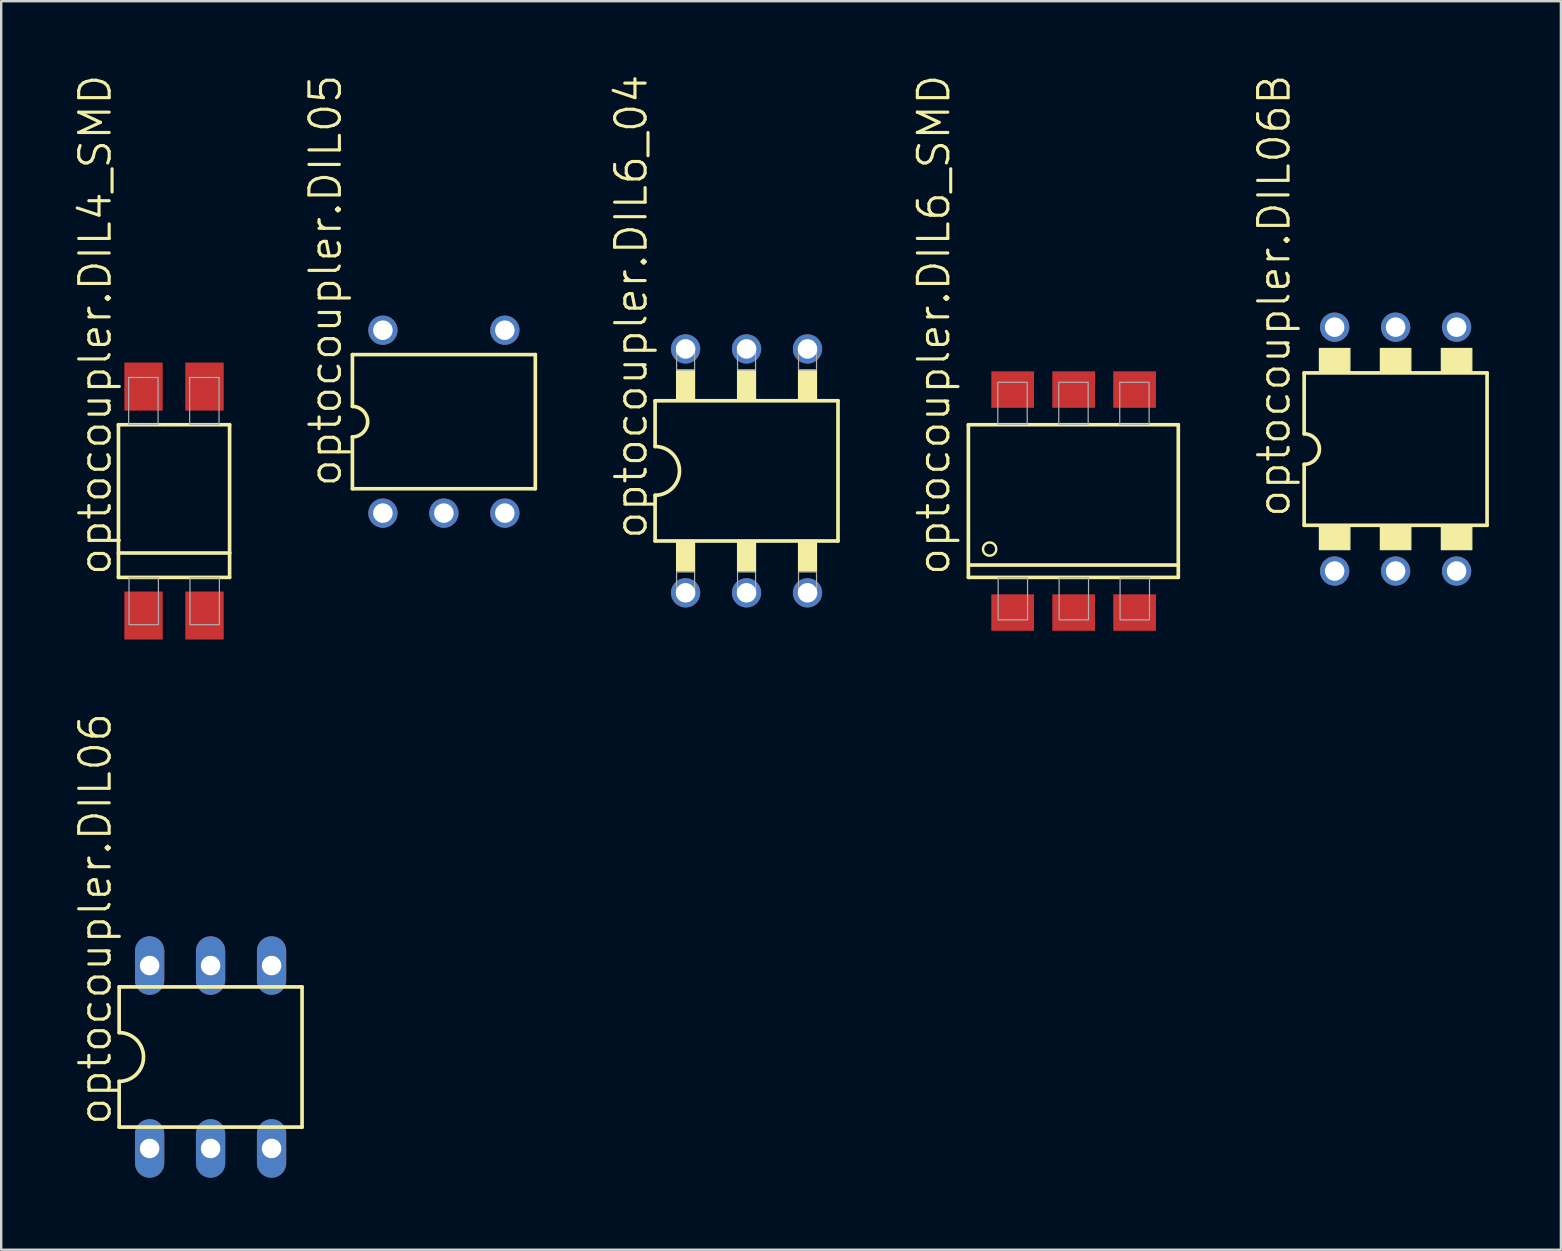
<source format=kicad_pcb>
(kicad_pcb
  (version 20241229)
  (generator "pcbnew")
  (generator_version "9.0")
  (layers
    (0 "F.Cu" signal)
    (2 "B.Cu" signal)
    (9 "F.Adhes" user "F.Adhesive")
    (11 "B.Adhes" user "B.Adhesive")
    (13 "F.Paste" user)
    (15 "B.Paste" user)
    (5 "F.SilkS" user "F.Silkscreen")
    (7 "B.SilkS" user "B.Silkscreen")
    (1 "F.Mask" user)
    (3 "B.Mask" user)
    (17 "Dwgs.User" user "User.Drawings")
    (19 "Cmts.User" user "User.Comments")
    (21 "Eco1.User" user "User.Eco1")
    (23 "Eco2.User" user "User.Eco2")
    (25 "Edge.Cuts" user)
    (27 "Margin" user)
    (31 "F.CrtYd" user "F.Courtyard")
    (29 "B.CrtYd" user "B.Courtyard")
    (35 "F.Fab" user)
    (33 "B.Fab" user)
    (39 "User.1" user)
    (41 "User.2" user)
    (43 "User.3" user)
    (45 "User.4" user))
  (footprint "optocoupler.DIL6_SMD"
    (layer "F.Cu")
    (at 41.679 17.825)
    (property "Reference" "optocoupler.DIL6_SMD" (at -5.08 3.175 90) (layer "F.SilkS") (effects (font (size 1.27 1.27) (thickness 0.13)) (justify left bottom)))
    (attr smd)
    (fp_line (start -4.385 -3.18) (end 4.36 -3.18) (stroke (width 0.152) (type default)) (layer "F.SilkS"))
    (fp_line (start -4.385 3.18) (end -4.385 -3.18) (stroke (width 0.152) (type default)) (layer "F.SilkS"))
    (fp_line (start 4.36 -3.18) (end 4.36 2.664) (stroke (width 0.152) (type default)) (layer "F.SilkS"))
    (fp_line (start 4.36 2.664) (end -4.285 2.664) (stroke (width 0.152) (type default)) (layer "F.SilkS"))
    (fp_line (start 4.36 2.664) (end 4.36 3.18) (stroke (width 0.152) (type default)) (layer "F.SilkS"))
    (fp_line (start 4.36 3.18) (end -4.385 3.18) (stroke (width 0.152) (type default)) (layer "F.SilkS"))
    (fp_circle (center -3.5 2) (end -3.224 2) (stroke (width 0.1) (type default)) (fill no) (layer "F.SilkS"))
    (fp_rect (start -3.16 -3.2) (end -1.935 -4.95) (stroke (width 0.05) (type default)) (fill no) (layer "F.Fab"))
    (fp_rect (start -3.145 4.95) (end -1.92 3.2) (stroke (width 0.05) (type default)) (fill no) (layer "F.Fab"))
    (fp_rect (start -0.62 -3.2) (end 0.605 -4.95) (stroke (width 0.05) (type default)) (fill no) (layer "F.Fab"))
    (fp_rect (start -0.605 4.95) (end 0.62 3.2) (stroke (width 0.05) (type default)) (fill no) (layer "F.Fab"))
    (fp_rect (start 1.92 -3.2) (end 3.145 -4.95) (stroke (width 0.05) (type default)) (fill no) (layer "F.Fab"))
    (fp_rect (start 1.935 4.95) (end 3.16 3.2) (stroke (width 0.05) (type default)) (fill no) (layer "F.Fab"))
    (pad "1" smd roundrect (at -2.54 4.645) (size 1.78 1.52) (layers "F.Cu" "F.Mask" "F.Paste") (roundrect_rratio 0.01))
    (pad "2" smd roundrect (at 0 4.645) (size 1.78 1.52) (layers "F.Cu" "F.Mask" "F.Paste") (roundrect_rratio 0.01))
    (pad "3" smd roundrect (at 2.54 4.645) (size 1.78 1.52) (layers "F.Cu" "F.Mask" "F.Paste") (roundrect_rratio 0.01))
    (pad "4" smd roundrect (at 2.54 -4.645 180) (size 1.78 1.52) (layers "F.Cu" "F.Mask" "F.Paste") (roundrect_rratio 0.01))
    (pad "5" smd roundrect (at 0 -4.645 180) (size 1.78 1.52) (layers "F.Cu" "F.Mask" "F.Paste") (roundrect_rratio 0.01))
    (pad "6" smd roundrect (at -2.54 -4.645 180) (size 1.78 1.52) (layers "F.Cu" "F.Mask" "F.Paste") (roundrect_rratio 0.01)))
  (footprint "optocoupler.DIL4_SMD"
    (layer "F.Cu")
    (at 4.2 17.825)
    (property "Reference" "optocoupler.DIL4_SMD" (at -2.54 3.175 90) (layer "F.SilkS") (effects (font (size 1.27 1.27) (thickness 0.13)) (justify left bottom)))
    (attr smd)
    (fp_line (start -2.315 -3.18) (end 2.315 -3.18) (stroke (width 0.152) (type default)) (layer "F.SilkS"))
    (fp_line (start -2.315 3.18) (end -2.315 -3.18) (stroke (width 0.152) (type default)) (layer "F.SilkS"))
    (fp_line (start 2.315 -3.18) (end 2.315 2.164) (stroke (width 0.152) (type default)) (layer "F.SilkS"))
    (fp_line (start 2.315 2.164) (end -2.315 2.164) (stroke (width 0.152) (type default)) (layer "F.SilkS"))
    (fp_line (start 2.315 2.164) (end 2.315 3.18) (stroke (width 0.152) (type default)) (layer "F.SilkS"))
    (fp_line (start 2.315 3.18) (end -2.315 3.18) (stroke (width 0.152) (type default)) (layer "F.SilkS"))
    (fp_rect (start -1.89 -3.2) (end -0.665 -5.15) (stroke (width 0.05) (type default)) (fill no) (layer "F.Fab"))
    (fp_rect (start -1.875 5.15) (end -0.65 3.2) (stroke (width 0.05) (type default)) (fill no) (layer "F.Fab"))
    (fp_rect (start 0.65 -3.2) (end 1.875 -5.15) (stroke (width 0.05) (type default)) (fill no) (layer "F.Fab"))
    (fp_rect (start 0.665 5.15) (end 1.89 3.2) (stroke (width 0.05) (type default)) (fill no) (layer "F.Fab"))
    (pad "1" smd roundrect (at -1.27 4.77) (size 1.6 2) (layers "F.Cu" "F.Mask" "F.Paste") (roundrect_rratio 0.01))
    (pad "2" smd roundrect (at 1.27 4.77) (size 1.6 2) (layers "F.Cu" "F.Mask" "F.Paste") (roundrect_rratio 0.01))
    (pad "3" smd roundrect (at 1.27 -4.77 180) (size 1.6 2) (layers "F.Cu" "F.Mask" "F.Paste") (roundrect_rratio 0.01))
    (pad "4" smd roundrect (at -1.27 -4.77 180) (size 1.6 2) (layers "F.Cu" "F.Mask" "F.Paste") (roundrect_rratio 0.01)))
  (footprint "optocoupler.DIL6_04"
    (layer "F.Cu")
    (at 28.052 16.567)
    (property "Reference" "optocoupler.DIL6_04" (at -4.064 2.921 90) (layer "F.SilkS") (effects (font (size 1.27 1.27) (thickness 0.13)) (justify left bottom)))
    (attr through_hole)
    (fp_line (start -3.81 -2.921) (end -3.81 -1.016) (stroke (width 0.152) (type default)) (layer "F.SilkS"))
    (fp_line (start -3.81 2.921) (end -3.81 1.016) (stroke (width 0.152) (type default)) (layer "F.SilkS"))
    (fp_line (start -3.81 2.921) (end 3.81 2.921) (stroke (width 0.152) (type default)) (layer "F.SilkS"))
    (fp_line (start 3.81 -2.921) (end -3.81 -2.921) (stroke (width 0.152) (type default)) (layer "F.SilkS"))
    (fp_line (start 3.81 -2.921) (end 3.81 2.921) (stroke (width 0.152) (type default)) (layer "F.SilkS"))
    (fp_rect (start -2.915 -2.975) (end -2.165 -4.2) (stroke (width 0.05) (type default)) (fill yes) (layer "F.SilkS"))
    (fp_rect (start -2.915 4.2) (end -2.165 2.975) (stroke (width 0.05) (type default)) (fill yes) (layer "F.SilkS"))
    (fp_rect (start -0.375 -2.975) (end 0.375 -4.2) (stroke (width 0.05) (type default)) (fill yes) (layer "F.SilkS"))
    (fp_rect (start -0.375 4.2) (end 0.375 2.975) (stroke (width 0.05) (type default)) (fill yes) (layer "F.SilkS"))
    (fp_rect (start 2.165 -2.975) (end 2.915 -4.2) (stroke (width 0.05) (type default)) (fill yes) (layer "F.SilkS"))
    (fp_rect (start 2.165 4.2) (end 2.915 2.975) (stroke (width 0.05) (type default)) (fill yes) (layer "F.SilkS"))
    (fp_arc (start -3.81 -1.016) (mid -2.794 0) (end -3.81 1.016) (stroke (width 0.1524) (type default)) (layer "F.SilkS"))
    (fp_rect (start -2.915 -4.2) (end -2.165 -5.175) (stroke (width 0.05) (type default)) (fill no) (layer "F.Fab"))
    (fp_rect (start -2.915 5.175) (end -2.165 4.2) (stroke (width 0.05) (type default)) (fill no) (layer "F.Fab"))
    (fp_rect (start -0.375 -4.2) (end 0.375 -5.175) (stroke (width 0.05) (type default)) (fill no) (layer "F.Fab"))
    (fp_rect (start -0.375 5.175) (end 0.375 4.2) (stroke (width 0.05) (type default)) (fill no) (layer "F.Fab"))
    (fp_rect (start 2.165 -4.2) (end 2.915 -5.175) (stroke (width 0.05) (type default)) (fill no) (layer "F.Fab"))
    (fp_rect (start 2.165 5.175) (end 2.915 4.2) (stroke (width 0.05) (type default)) (fill no) (layer "F.Fab"))
    (pad "1" thru_hole circle (at -2.54 5.08 270) (size 1.219 1.219) (drill 0.813) (layers "*.Cu" "*.Mask"))
    (pad "2" thru_hole circle (at 0 5.08 270) (size 1.219 1.219) (drill 0.813) (layers "*.Cu" "*.Mask"))
    (pad "3" thru_hole circle (at 2.54 5.08 270) (size 1.219 1.219) (drill 0.813) (layers "*.Cu" "*.Mask"))
    (pad "4" thru_hole circle (at 2.54 -5.08 90) (size 1.219 1.219) (drill 0.813) (layers "*.Cu" "*.Mask"))
    (pad "5" thru_hole circle (at 0 -5.08 90) (size 1.219 1.219) (drill 0.813) (layers "*.Cu" "*.Mask"))
    (pad "6" thru_hole circle (at -2.54 -5.08 90) (size 1.219 1.219) (drill 0.813) (layers "*.Cu" "*.Mask")))
  (footprint "optocoupler.DIL05"
    (layer "F.Cu")
    (at 15.442 14.517)
    (property "Reference" "optocoupler.DIL05" (at -4.191 2.794 90) (layer "F.SilkS") (effects (font (size 1.27 1.27) (thickness 0.13)) (justify left bottom)))
    (attr through_hole)
    (fp_line (start -3.81 -0.635) (end -3.81 -2.794) (stroke (width 0.152) (type default)) (layer "F.SilkS"))
    (fp_line (start -3.81 2.794) (end -3.81 0.635) (stroke (width 0.152) (type default)) (layer "F.SilkS"))
    (fp_line (start -3.81 2.794) (end 3.81 2.794) (stroke (width 0.152) (type default)) (layer "F.SilkS"))
    (fp_line (start 3.81 -2.794) (end -3.81 -2.794) (stroke (width 0.152) (type default)) (layer "F.SilkS"))
    (fp_line (start 3.81 -2.794) (end 3.81 2.794) (stroke (width 0.152) (type default)) (layer "F.SilkS"))
    (fp_arc (start -3.81 -0.635) (mid -3.175 0) (end -3.81 0.635) (stroke (width 0.1524) (type default)) (layer "F.SilkS"))
    (pad "1" thru_hole circle (at -2.54 3.81) (size 1.219 1.219) (drill 0.813) (layers "*.Cu" "*.Mask"))
    (pad "2" thru_hole circle (at 0 3.81) (size 1.219 1.219) (drill 0.813) (layers "*.Cu" "*.Mask"))
    (pad "3" thru_hole circle (at 2.54 3.81) (size 1.219 1.219) (drill 0.813) (layers "*.Cu" "*.Mask"))
    (pad "4" thru_hole circle (at 2.54 -3.81) (size 1.219 1.219) (drill 0.813) (layers "*.Cu" "*.Mask"))
    (pad "6" thru_hole circle (at -2.54 -3.81) (size 1.219 1.219) (drill 0.813) (layers "*.Cu" "*.Mask")))
  (footprint "optocoupler.DIL06B"
    (layer "F.Cu")
    (at 55.093 15.66)
    (property "Reference" "optocoupler.DIL06B" (at -4.318 2.921 90) (layer "F.SilkS") (effects (font (size 1.27 1.27) (thickness 0.13)) (justify left bottom)))
    (attr through_hole)
    (fp_line (start -3.81 -0.635) (end -3.81 -3.175) (stroke (width 0.152) (type default)) (layer "F.SilkS"))
    (fp_line (start -3.81 3.175) (end -3.81 0.635) (stroke (width 0.152) (type default)) (layer "F.SilkS"))
    (fp_line (start 3.81 -3.175) (end -3.81 -3.175) (stroke (width 0.152) (type default)) (layer "F.SilkS"))
    (fp_line (start 3.81 3.175) (end -3.81 3.175) (stroke (width 0.152) (type default)) (layer "F.SilkS"))
    (fp_line (start 3.81 3.175) (end 3.81 -3.175) (stroke (width 0.152) (type default)) (layer "F.SilkS"))
    (fp_rect (start -3.175 -3.175) (end -1.905 -4.191) (stroke (width 0.05) (type default)) (fill yes) (layer "F.SilkS"))
    (fp_rect (start -3.175 4.191) (end -1.905 3.175) (stroke (width 0.05) (type default)) (fill yes) (layer "F.SilkS"))
    (fp_rect (start -0.635 -3.175) (end 0.635 -4.191) (stroke (width 0.05) (type default)) (fill yes) (layer "F.SilkS"))
    (fp_rect (start -0.635 4.191) (end 0.635 3.175) (stroke (width 0.05) (type default)) (fill yes) (layer "F.SilkS"))
    (fp_rect (start 1.905 -3.175) (end 3.175 -4.191) (stroke (width 0.05) (type default)) (fill yes) (layer "F.SilkS"))
    (fp_rect (start 1.905 4.191) (end 3.175 3.175) (stroke (width 0.05) (type default)) (fill yes) (layer "F.SilkS"))
    (fp_arc (start -3.81 -0.635) (mid -3.175 0) (end -3.81 0.635) (stroke (width 0.1524) (type default)) (layer "F.SilkS"))
    (pad "1" thru_hole circle (at -2.54 5.08) (size 1.219 1.219) (drill 0.813) (layers "*.Cu" "*.Mask"))
    (pad "2" thru_hole circle (at 0 5.08) (size 1.219 1.219) (drill 0.813) (layers "*.Cu" "*.Mask"))
    (pad "3" thru_hole circle (at 2.54 5.08) (size 1.219 1.219) (drill 0.813) (layers "*.Cu" "*.Mask"))
    (pad "4" thru_hole circle (at 2.54 -5.08) (size 1.219 1.219) (drill 0.813) (layers "*.Cu" "*.Mask"))
    (pad "5" thru_hole circle (at 0 -5.08) (size 1.219 1.219) (drill 0.813) (layers "*.Cu" "*.Mask"))
    (pad "6" thru_hole circle (at -2.54 -5.08) (size 1.219 1.219) (drill 0.813) (layers "*.Cu" "*.Mask")))
  (footprint "optocoupler.DIL06"
    (layer "F.Cu")
    (at 5.724 40.986)
    (property "Reference" "optocoupler.DIL06" (at -4.064 2.921 90) (layer "F.SilkS") (effects (font (size 1.27 1.27) (thickness 0.13)) (justify left bottom)))
    (attr through_hole)
    (fp_line (start -3.81 -2.921) (end -3.81 -1.016) (stroke (width 0.152) (type default)) (layer "F.SilkS"))
    (fp_line (start -3.81 2.921) (end -3.81 1.016) (stroke (width 0.152) (type default)) (layer "F.SilkS"))
    (fp_line (start -3.81 2.921) (end 3.81 2.921) (stroke (width 0.152) (type default)) (layer "F.SilkS"))
    (fp_line (start 3.81 -2.921) (end -3.81 -2.921) (stroke (width 0.152) (type default)) (layer "F.SilkS"))
    (fp_line (start 3.81 -2.921) (end 3.81 2.921) (stroke (width 0.152) (type default)) (layer "F.SilkS"))
    (fp_arc (start -3.81 -1.016) (mid -2.794 0) (end -3.81 1.016) (stroke (width 0.1524) (type default)) (layer "F.SilkS"))
    (pad "1" thru_hole oval (at -2.54 3.81 90) (size 2.438 1.219) (drill 0.813) (layers "*.Cu" "*.Mask"))
    (pad "2" thru_hole oval (at 0 3.81 90) (size 2.438 1.219) (drill 0.813) (layers "*.Cu" "*.Mask"))
    (pad "3" thru_hole oval (at 2.54 3.81 90) (size 2.438 1.219) (drill 0.813) (layers "*.Cu" "*.Mask"))
    (pad "4" thru_hole oval (at 2.54 -3.81 90) (size 2.438 1.219) (drill 0.813) (layers "*.Cu" "*.Mask"))
    (pad "5" thru_hole oval (at 0 -3.81 90) (size 2.438 1.219) (drill 0.813) (layers "*.Cu" "*.Mask"))
    (pad "6" thru_hole oval (at -2.54 -3.81 90) (size 2.438 1.219) (drill 0.813) (layers "*.Cu" "*.Mask")))
  (gr_rect
    (start -3 -3)
    (end 61.979 49.015)
    (stroke (width 0.1) (type default))
    (fill no)
    (layer "Edge.Cuts")))
</source>
